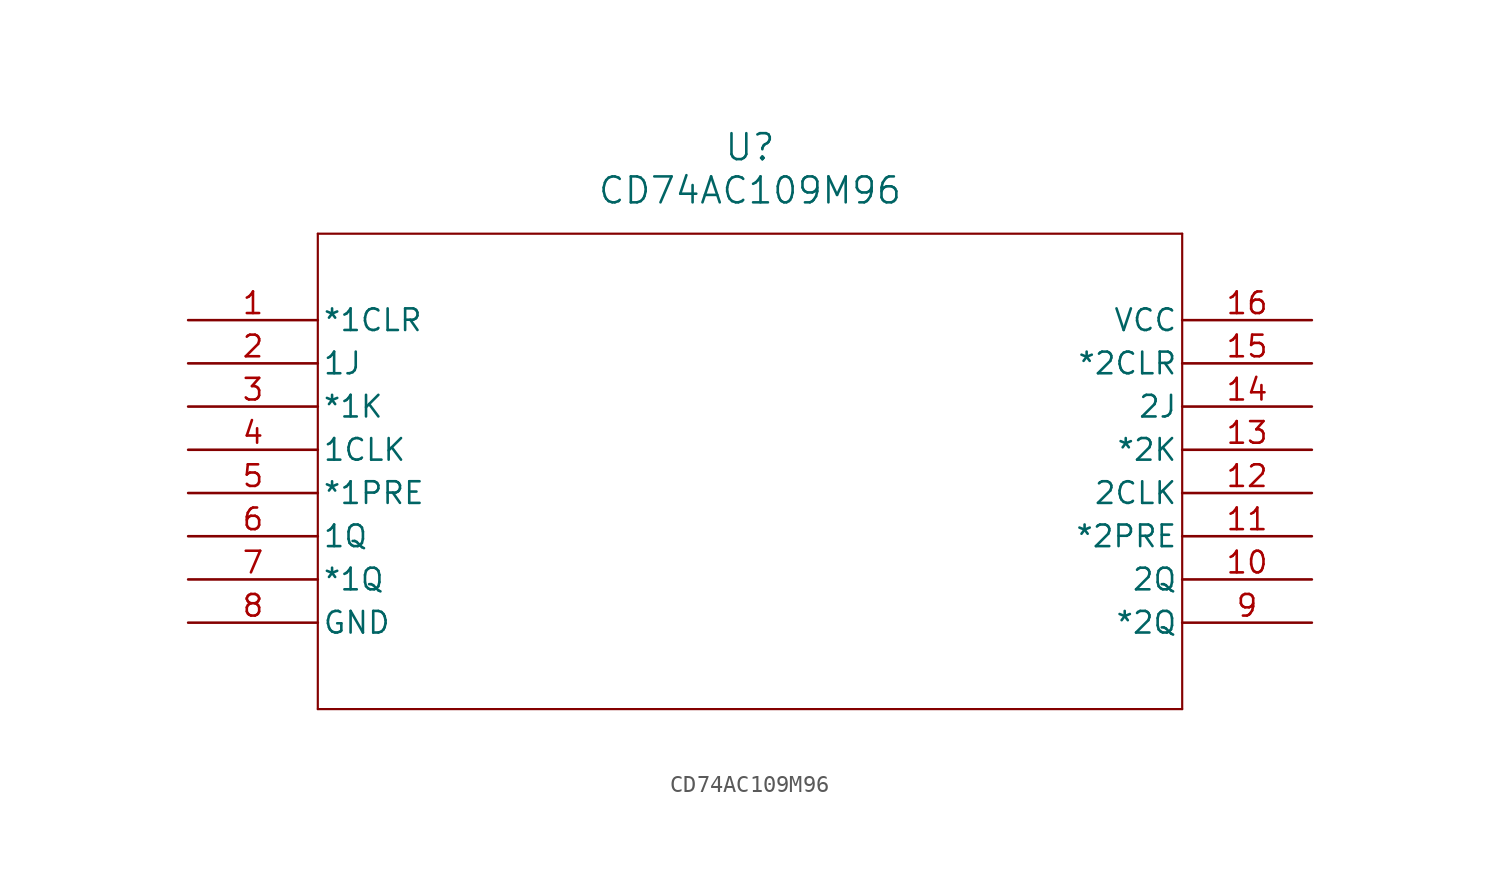
<source format=kicad_sym>
(kicad_symbol_lib
  (version 20211014)
  (generator kicad_symbol_editor)
  (symbol "CD74AC109M96"
    (pin_names
      (offset 0.254))
    (property "Reference" "U"
      (at 33.02 10.16 0)
      (effects (font (size 1.524 1.524))))
    (property "Value" "CD74AC109M96"
      (at 33.02 7.62 0)
      (effects (font (size 1.524 1.524))))
    (symbol "CD74AC109M96_0_1"
      (polyline (pts (xy 7.62 5.08) (xy 7.62 -22.86)) (stroke (width 0.127) (type default) (color 0 0 0 0)) (fill (type none)))
      (polyline (pts (xy 7.62 -22.86) (xy 58.42 -22.86)) (stroke (width 0.127) (type default) (color 0 0 0 0)) (fill (type none)))
      (polyline (pts (xy 58.42 -22.86) (xy 58.42 5.08)) (stroke (width 0.127) (type default) (color 0 0 0 0)) (fill (type none)))
      (polyline (pts (xy 58.42 5.08) (xy 7.62 5.08)) (stroke (width 0.127) (type default) (color 0 0 0 0)) (fill (type none)))
      (pin input line (at 0 0 0) (length 7.62) (name "*1CLR" (effects (font (size 1.27 1.27)))) (number "1" (effects (font (size 1.27 1.27)))))
      (pin input line (at 0 -2.54 0) (length 7.62) (name "1J" (effects (font (size 1.27 1.27)))) (number "2" (effects (font (size 1.27 1.27)))))
      (pin input line (at 0 -5.08 0) (length 7.62) (name "*1K" (effects (font (size 1.27 1.27)))) (number "3" (effects (font (size 1.27 1.27)))))
      (pin input line (at 0 -7.62 0) (length 7.62) (name "1CLK" (effects (font (size 1.27 1.27)))) (number "4" (effects (font (size 1.27 1.27)))))
      (pin input line (at 0 -10.16 0) (length 7.62) (name "*1PRE" (effects (font (size 1.27 1.27)))) (number "5" (effects (font (size 1.27 1.27)))))
      (pin output line (at 0 -12.7 0) (length 7.62) (name "1Q" (effects (font (size 1.27 1.27)))) (number "6" (effects (font (size 1.27 1.27)))))
      (pin output line (at 0 -15.24 0) (length 7.62) (name "*1Q" (effects (font (size 1.27 1.27)))) (number "7" (effects (font (size 1.27 1.27)))))
      (pin power_in line (at 0 -17.78 0) (length 7.62) (name "GND" (effects (font (size 1.27 1.27)))) (number "8" (effects (font (size 1.27 1.27)))))
      (pin output line (at 66.04 -17.78 180) (length 7.62) (name "*2Q" (effects (font (size 1.27 1.27)))) (number "9" (effects (font (size 1.27 1.27)))))
      (pin output line (at 66.04 -15.24 180) (length 7.62) (name "2Q" (effects (font (size 1.27 1.27)))) (number "10" (effects (font (size 1.27 1.27)))))
      (pin input line (at 66.04 -12.7 180) (length 7.62) (name "*2PRE" (effects (font (size 1.27 1.27)))) (number "11" (effects (font (size 1.27 1.27)))))
      (pin input line (at 66.04 -10.16 180) (length 7.62) (name "2CLK" (effects (font (size 1.27 1.27)))) (number "12" (effects (font (size 1.27 1.27)))))
      (pin input line (at 66.04 -7.62 180) (length 7.62) (name "*2K" (effects (font (size 1.27 1.27)))) (number "13" (effects (font (size 1.27 1.27)))))
      (pin input line (at 66.04 -5.08 180) (length 7.62) (name "2J" (effects (font (size 1.27 1.27)))) (number "14" (effects (font (size 1.27 1.27)))))
      (pin input line (at 66.04 -2.54 180) (length 7.62) (name "*2CLR" (effects (font (size 1.27 1.27)))) (number "15" (effects (font (size 1.27 1.27)))))
      (pin power_in line (at 66.04 0 180) (length 7.62) (name "VCC" (effects (font (size 1.27 1.27)))) (number "16" (effects (font (size 1.27 1.27))))))))
</source>
